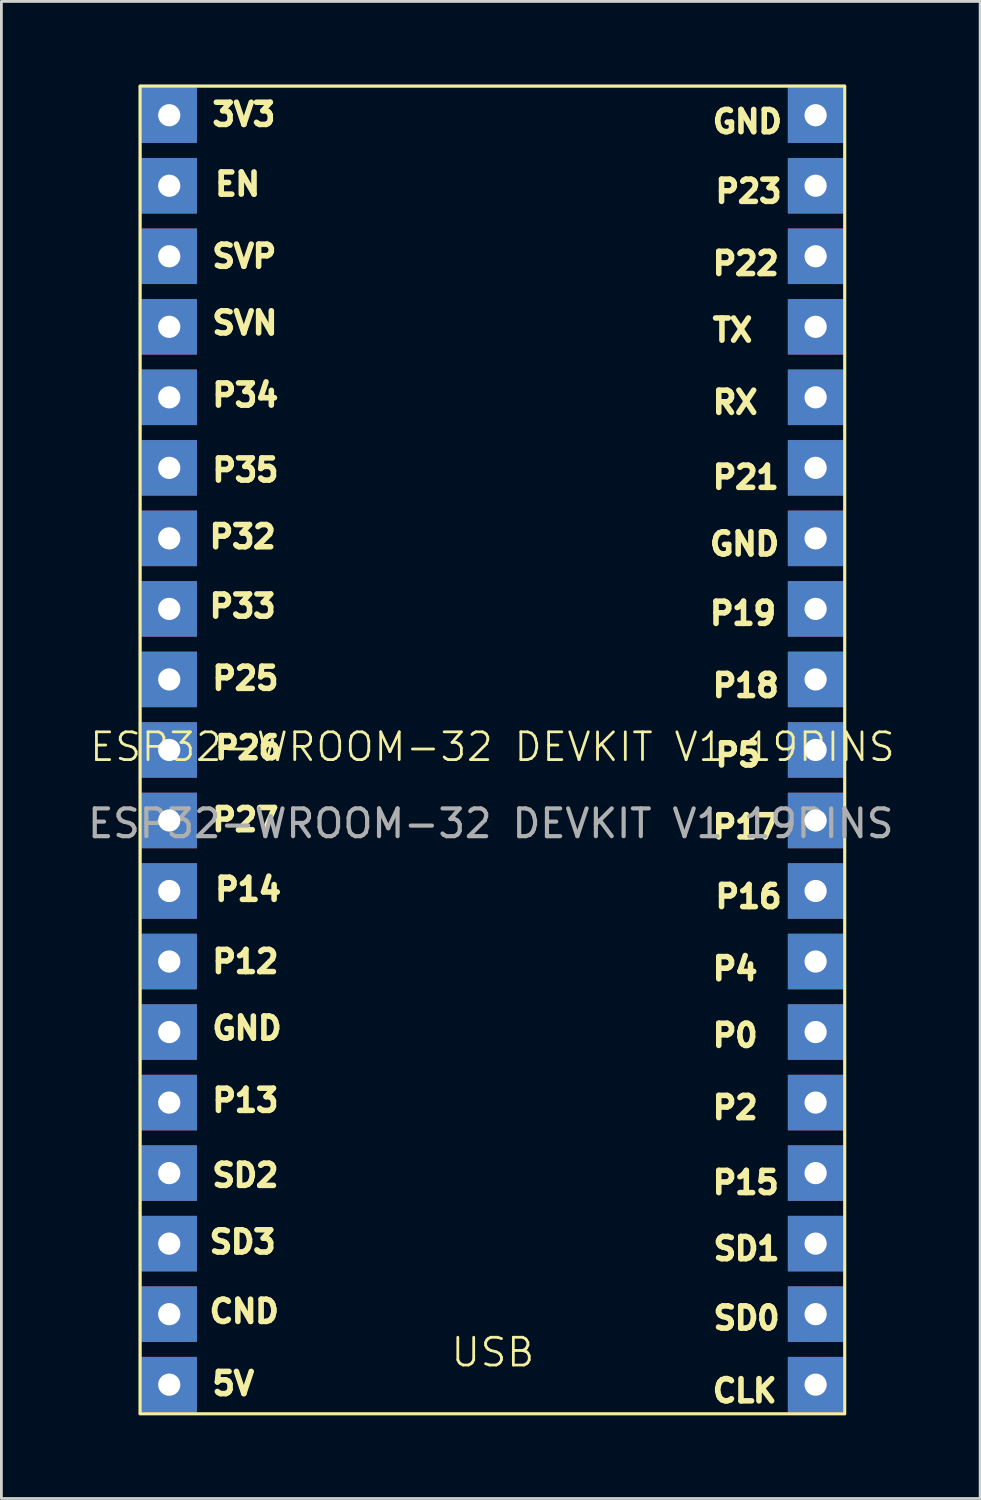
<source format=kicad_pcb>
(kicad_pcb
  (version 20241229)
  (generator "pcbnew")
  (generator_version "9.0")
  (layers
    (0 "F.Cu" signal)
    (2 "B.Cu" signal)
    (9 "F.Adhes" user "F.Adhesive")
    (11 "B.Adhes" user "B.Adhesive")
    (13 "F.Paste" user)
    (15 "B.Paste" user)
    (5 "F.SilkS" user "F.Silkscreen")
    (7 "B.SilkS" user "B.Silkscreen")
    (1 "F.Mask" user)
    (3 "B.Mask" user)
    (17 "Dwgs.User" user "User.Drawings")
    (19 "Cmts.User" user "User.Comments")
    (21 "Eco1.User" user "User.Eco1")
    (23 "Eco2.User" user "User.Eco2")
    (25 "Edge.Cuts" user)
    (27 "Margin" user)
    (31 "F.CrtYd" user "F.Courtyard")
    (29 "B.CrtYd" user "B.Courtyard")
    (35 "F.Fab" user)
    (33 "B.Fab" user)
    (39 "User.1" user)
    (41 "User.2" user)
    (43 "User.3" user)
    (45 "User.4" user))
  (footprint "ESP32-WROOM-32 DEVKIT V1 19PINS"
    (layer "F.Cu")
    (at 14.685 24.35)
    (property "Reference" "ESP32-WROOM-32 DEVKIT V1 19PINS" (at 0 -0.5 0) (unlocked yes) (layer "F.SilkS") (effects (font (size 1 1) (thickness 0.1))))
    (attr smd)
    (fp_line (start -12.69 -24.3) (end 12.69 -24.3) (stroke (width 0.1) (type default)) (layer "F.SilkS"))
    (fp_line (start -12.69 23.52) (end -12.69 -24.3) (stroke (width 0.1) (type default)) (layer "F.SilkS"))
    (fp_line (start 12.69 -24.3) (end 12.69 23.52) (stroke (width 0.1) (type default)) (layer "F.SilkS"))
    (fp_line (start 12.69 23.52) (end -12.69 23.52) (stroke (width 0.1) (type default)) (layer "F.SilkS"))
    (fp_rect (start -12.69 -24.3) (end 12.69 23.52) (stroke (width 0.1) (type default)) (fill no) (layer "F.SilkS"))
    (fp_text user "P16" (at 7.93 5.36 0) (unlocked yes) (layer "F.SilkS") (effects (font (size 0.8 0.8) (thickness 0.2) (bold yes)) (justify left bottom)))
    (fp_text user "5V" (at -10.19 22.9 0) (unlocked yes) (layer "F.SilkS") (effects (font (size 0.8 0.8) (thickness 0.2) (bold yes)) (justify left bottom)))
    (fp_text user "P32" (at -10.29 -7.6 0) (unlocked yes) (layer "F.SilkS") (effects (font (size 0.8 0.8) (thickness 0.2) (bold yes)) (justify left bottom)))
    (fp_text user "P5" (at 7.93 0.26 0) (unlocked yes) (layer "F.SilkS") (effects (font (size 0.8 0.8) (thickness 0.2) (bold yes)) (justify left bottom)))
    (fp_text user "P18" (at 7.83 -2.24 0) (unlocked yes) (layer "F.SilkS") (effects (font (size 0.8 0.8) (thickness 0.2) (bold yes)) (justify left bottom)))
    (fp_text user "SD3" (at -10.29 17.8 0) (unlocked yes) (layer "F.SilkS") (effects (font (size 0.8 0.8) (thickness 0.2) (bold yes)) (justify left bottom)))
    (fp_text user "P0" (at 7.83 10.36 0) (unlocked yes) (layer "F.SilkS") (effects (font (size 0.8 0.8) (thickness 0.2) (bold yes)) (justify left bottom)))
    (fp_text user "P33" (at -10.29 -5.1 0) (unlocked yes) (layer "F.SilkS") (effects (font (size 0.8 0.8) (thickness 0.2) (bold yes)) (justify left bottom)))
    (fp_text user "GND" (at 7.83 -22.55 0) (unlocked yes) (layer "F.SilkS") (effects (font (size 0.8 0.8) (thickness 0.2) (bold yes)) (justify left bottom)))
    (fp_text user "SVP" (at -10.19 -17.7 0) (unlocked yes) (layer "F.SilkS") (effects (font (size 0.8 0.8) (thickness 0.2) (bold yes)) (justify left bottom)))
    (fp_text user "P23" (at 7.93 -20.04 0) (unlocked yes) (layer "F.SilkS") (effects (font (size 0.8 0.8) (thickness 0.2) (bold yes)) (justify left bottom)))
    (fp_text user "P21" (at 7.83 -9.74 0) (unlocked yes) (layer "F.SilkS") (effects (font (size 0.8 0.8) (thickness 0.2) (bold yes)) (justify left bottom)))
    (fp_text user "P15" (at 7.83 15.66 0) (unlocked yes) (layer "F.SilkS") (effects (font (size 0.8 0.8) (thickness 0.2) (bold yes)) (justify left bottom)))
    (fp_text user "GND" (at -10.19 10.1 0) (unlocked yes) (layer "F.SilkS") (effects (font (size 0.8 0.8) (thickness 0.2) (bold yes)) (justify left bottom)))
    (fp_text user "P35" (at -10.19 -10 0) (unlocked yes) (layer "F.SilkS") (effects (font (size 0.8 0.8) (thickness 0.2) (bold yes)) (justify left bottom)))
    (fp_text user "USB" (at -1.55 21.89 0) (unlocked yes) (layer "F.SilkS") (effects (font (size 1 1) (thickness 0.1)) (justify left bottom)))
    (fp_text user "SD0" (at 7.86 20.54 0) (unlocked yes) (layer "F.SilkS") (effects (font (size 0.8 0.8) (thickness 0.2) (bold yes)) (justify left bottom)))
    (fp_text user "CLK" (at 7.83 23.16 0) (unlocked yes) (layer "F.SilkS") (effects (font (size 0.8 0.8) (thickness 0.2) (bold yes)) (justify left bottom)))
    (fp_text user "P27" (at -10.19 2.59 0) (unlocked yes) (layer "F.SilkS") (effects (font (size 0.8 0.8) (thickness 0.2) (bold yes)) (justify left bottom)))
    (fp_text user "P26" (at -10.09 0 0) (unlocked yes) (layer "F.SilkS") (effects (font (size 0.8 0.8) (thickness 0.2) (bold yes)) (justify left bottom)))
    (fp_text user "RX" (at 7.83 -12.44 0) (unlocked yes) (layer "F.SilkS") (effects (font (size 0.8 0.8) (thickness 0.2) (bold yes)) (justify left bottom)))
    (fp_text user "P34" (at -10.19 -12.7 0) (unlocked yes) (layer "F.SilkS") (effects (font (size 0.8 0.8) (thickness 0.2) (bold yes)) (justify left bottom)))
    (fp_text user "P25" (at -10.19 -2.5 0) (unlocked yes) (layer "F.SilkS") (effects (font (size 0.8 0.8) (thickness 0.2) (bold yes)) (justify left bottom)))
    (fp_text user "P17" (at 7.83 2.85 0) (unlocked yes) (layer "F.SilkS") (effects (font (size 0.8 0.8) (thickness 0.2) (bold yes)) (justify left bottom)))
    (fp_text user "GND" (at 7.73 -7.34 0) (unlocked yes) (layer "F.SilkS") (effects (font (size 0.8 0.8) (thickness 0.2) (bold yes)) (justify left bottom)))
    (fp_text user "SVN" (at -10.19 -15.3 0) (unlocked yes) (layer "F.SilkS") (effects (font (size 0.8 0.8) (thickness 0.2) (bold yes)) (justify left bottom)))
    (fp_text user "SD1" (at 7.86 18.04 0) (unlocked yes) (layer "F.SilkS") (effects (font (size 0.8 0.8) (thickness 0.2) (bold yes)) (justify left bottom)))
    (fp_text user "P19" (at 7.73 -4.84 0) (unlocked yes) (layer "F.SilkS") (effects (font (size 0.8 0.8) (thickness 0.2) (bold yes)) (justify left bottom)))
    (fp_text user "3V3" (at -10.19 -22.81 0) (unlocked yes) (layer "F.SilkS") (effects (font (size 0.8 0.8) (thickness 0.2) (bold yes)) (justify left bottom)))
    (fp_text user "CND" (at -10.29 20.3 0) (unlocked yes) (layer "F.SilkS") (effects (font (size 0.8 0.8) (thickness 0.2) (bold yes)) (justify left bottom)))
    (fp_text user "P2" (at 7.83 12.96 0) (unlocked yes) (layer "F.SilkS") (effects (font (size 0.8 0.8) (thickness 0.2) (bold yes)) (justify left bottom)))
    (fp_text user "P12" (at -10.19 7.7 0) (unlocked yes) (layer "F.SilkS") (effects (font (size 0.8 0.8) (thickness 0.2) (bold yes)) (justify left bottom)))
    (fp_text user "P13" (at -10.19 12.7 0) (unlocked yes) (layer "F.SilkS") (effects (font (size 0.8 0.8) (thickness 0.2) (bold yes)) (justify left bottom)))
    (fp_text user "P4" (at 7.83 7.96 0) (unlocked yes) (layer "F.SilkS") (effects (font (size 0.8 0.8) (thickness 0.2) (bold yes)) (justify left bottom)))
    (fp_text user "EN" (at -10.09 -20.3 0) (unlocked yes) (layer "F.SilkS") (effects (font (size 0.8 0.8) (thickness 0.2) (bold yes)) (justify left bottom)))
    (fp_text user "SD2" (at -10.19 15.4 0) (unlocked yes) (layer "F.SilkS") (effects (font (size 0.8 0.8) (thickness 0.2) (bold yes)) (justify left bottom)))
    (fp_text user "P22" (at 7.83 -17.44 0) (unlocked yes) (layer "F.SilkS") (effects (font (size 0.8 0.8) (thickness 0.2) (bold yes)) (justify left bottom)))
    (fp_text user "TX" (at 7.83 -15.04 0) (unlocked yes) (layer "F.SilkS") (effects (font (size 0.8 0.8) (thickness 0.2) (bold yes)) (justify left bottom)))
    (fp_text user "P14" (at -10.09 5.1 0) (unlocked yes) (layer "F.SilkS") (effects (font (size 0.8 0.8) (thickness 0.2) (bold yes)) (justify left bottom)))
    (fp_text user "${REFERENCE}" (at -0.06 2.26 0) (unlocked yes) (layer "F.Fab") (effects (font (size 1 1) (thickness 0.15))))
    (pad "1" thru_hole rect (at -11.64 -23.25 180) (size 2 2) (drill 0.8) (layers "*.Cu" "*.Mask"))
    (pad "2" thru_hole rect (at -11.64 -20.71 180) (size 2 2) (drill 0.8) (layers "*.Cu" "*.Mask"))
    (pad "3" thru_hole rect (at -11.64 -18.17 180) (size 2 2) (drill 0.8) (layers "*.Cu" "*.Mask"))
    (pad "4" thru_hole rect (at -11.64 -15.63 180) (size 2 2) (drill 0.8) (layers "*.Cu" "*.Mask"))
    (pad "5" thru_hole rect (at -11.64 -13.09 180) (size 2 2) (drill 0.8) (layers "*.Cu" "*.Mask"))
    (pad "6" thru_hole rect (at -11.64 -10.55 180) (size 2 2) (drill 0.8) (layers "*.Cu" "*.Mask"))
    (pad "7" thru_hole rect (at -11.64 -8.01 180) (size 2 2) (drill 0.8) (layers "*.Cu" "*.Mask"))
    (pad "8" thru_hole rect (at -11.64 -5.47 180) (size 2 2) (drill 0.8) (layers "*.Cu" "*.Mask"))
    (pad "9" thru_hole rect (at -11.64 -2.93 180) (size 2 2) (drill 0.8) (layers "*.Cu" "*.Mask"))
    (pad "10" thru_hole rect (at -11.64 -0.39 180) (size 2 2) (drill 0.8) (layers "*.Cu" "*.Mask"))
    (pad "11" thru_hole rect (at -11.64 2.15 180) (size 2 2) (drill 0.8) (layers "*.Cu" "*.Mask"))
    (pad "12" thru_hole rect (at -11.64 4.69 180) (size 2 2) (drill 0.8) (layers "*.Cu" "*.Mask"))
    (pad "13" thru_hole rect (at -11.64 7.23 180) (size 2 2) (drill 0.8) (layers "*.Cu" "*.Mask"))
    (pad "14" thru_hole rect (at -11.64 9.77 180) (size 2 2) (drill 0.8) (layers "*.Cu" "*.Mask"))
    (pad "15" thru_hole rect (at -11.64 12.31 180) (size 2 2) (drill 0.8) (layers "*.Cu" "*.Mask"))
    (pad "16" thru_hole rect (at -11.64 14.85 180) (size 2 2) (drill 0.8) (layers "*.Cu" "*.Mask"))
    (pad "17" thru_hole rect (at -11.64 17.39 180) (size 2 2) (drill 0.8) (layers "*.Cu" "*.Mask"))
    (pad "18" thru_hole rect (at -11.64 19.93 180) (size 2 2) (drill 0.8) (layers "*.Cu" "*.Mask"))
    (pad "19" thru_hole rect (at -11.64 22.47 180) (size 2 2) (drill 0.8) (layers "*.Cu" "*.Mask"))
    (pad "20" thru_hole rect (at 11.64 22.47 180) (size 2 2) (drill 0.8) (layers "*.Cu" "*.Mask"))
    (pad "21" thru_hole rect (at 11.64 19.93 180) (size 2 2) (drill 0.8) (layers "*.Cu" "*.Mask"))
    (pad "22" thru_hole rect (at 11.64 17.39 180) (size 2 2) (drill 0.8) (layers "*.Cu" "*.Mask"))
    (pad "23" thru_hole rect (at 11.64 14.85 180) (size 2 2) (drill 0.8) (layers "*.Cu" "*.Mask"))
    (pad "24" thru_hole rect (at 11.64 12.31 180) (size 2 2) (drill 0.8) (layers "*.Cu" "*.Mask"))
    (pad "25" thru_hole rect (at 11.64 9.77 180) (size 2 2) (drill 0.8) (layers "*.Cu" "*.Mask"))
    (pad "26" thru_hole rect (at 11.64 7.23 180) (size 2 2) (drill 0.8) (layers "*.Cu" "*.Mask"))
    (pad "27" thru_hole rect (at 11.64 4.69 180) (size 2 2) (drill 0.8) (layers "*.Cu" "*.Mask"))
    (pad "28" thru_hole rect (at 11.64 2.15 180) (size 2 2) (drill 0.8) (layers "*.Cu" "*.Mask"))
    (pad "29" thru_hole rect (at 11.64 -0.39 180) (size 2 2) (drill 0.8) (layers "*.Cu" "*.Mask"))
    (pad "30" thru_hole rect (at 11.64 -2.93 180) (size 2 2) (drill 0.8) (layers "*.Cu" "*.Mask"))
    (pad "31" thru_hole rect (at 11.64 -5.47 180) (size 2 2) (drill 0.8) (layers "*.Cu" "*.Mask"))
    (pad "32" thru_hole rect (at 11.64 -8.01 180) (size 2 2) (drill 0.8) (layers "*.Cu" "*.Mask"))
    (pad "33" thru_hole rect (at 11.64 -10.55 180) (size 2 2) (drill 0.8) (layers "*.Cu" "*.Mask"))
    (pad "34" thru_hole rect (at 11.64 -13.09 180) (size 2 2) (drill 0.8) (layers "*.Cu" "*.Mask"))
    (pad "35" thru_hole rect (at 11.64 -15.63 180) (size 2 2) (drill 0.8) (layers "*.Cu" "*.Mask"))
    (pad "36" thru_hole rect (at 11.64 -18.17 180) (size 2 2) (drill 0.8) (layers "*.Cu" "*.Mask"))
    (pad "37" thru_hole rect (at 11.64 -20.71 180) (size 2 2) (drill 0.8) (layers "*.Cu" "*.Mask"))
    (pad "38" thru_hole rect (at 11.64 -23.25 180) (size 2 2) (drill 0.8) (layers "*.Cu" "*.Mask"))
    (zone (net_name "") (layer "F.SilkS") (hatch edge 0.5) (connect_pads) (min_thickness 0.25) (filled_areas_thickness no) (keepout (tracks allowed) (vias allowed) (pads not_allowed) (copperpour allowed) (footprints not_allowed)) (placement (enabled no)) (fill) (polygon (pts (xy 1.995 0.05) (xy 27.375 0.05) (xy 27.375 47.87) (xy 1.995 47.87)))))
  (gr_rect
    (start -3 -3)
    (end 32.25 50.92)
    (stroke (width 0.1) (type default))
    (fill no)
    (layer "Edge.Cuts")))
</source>
